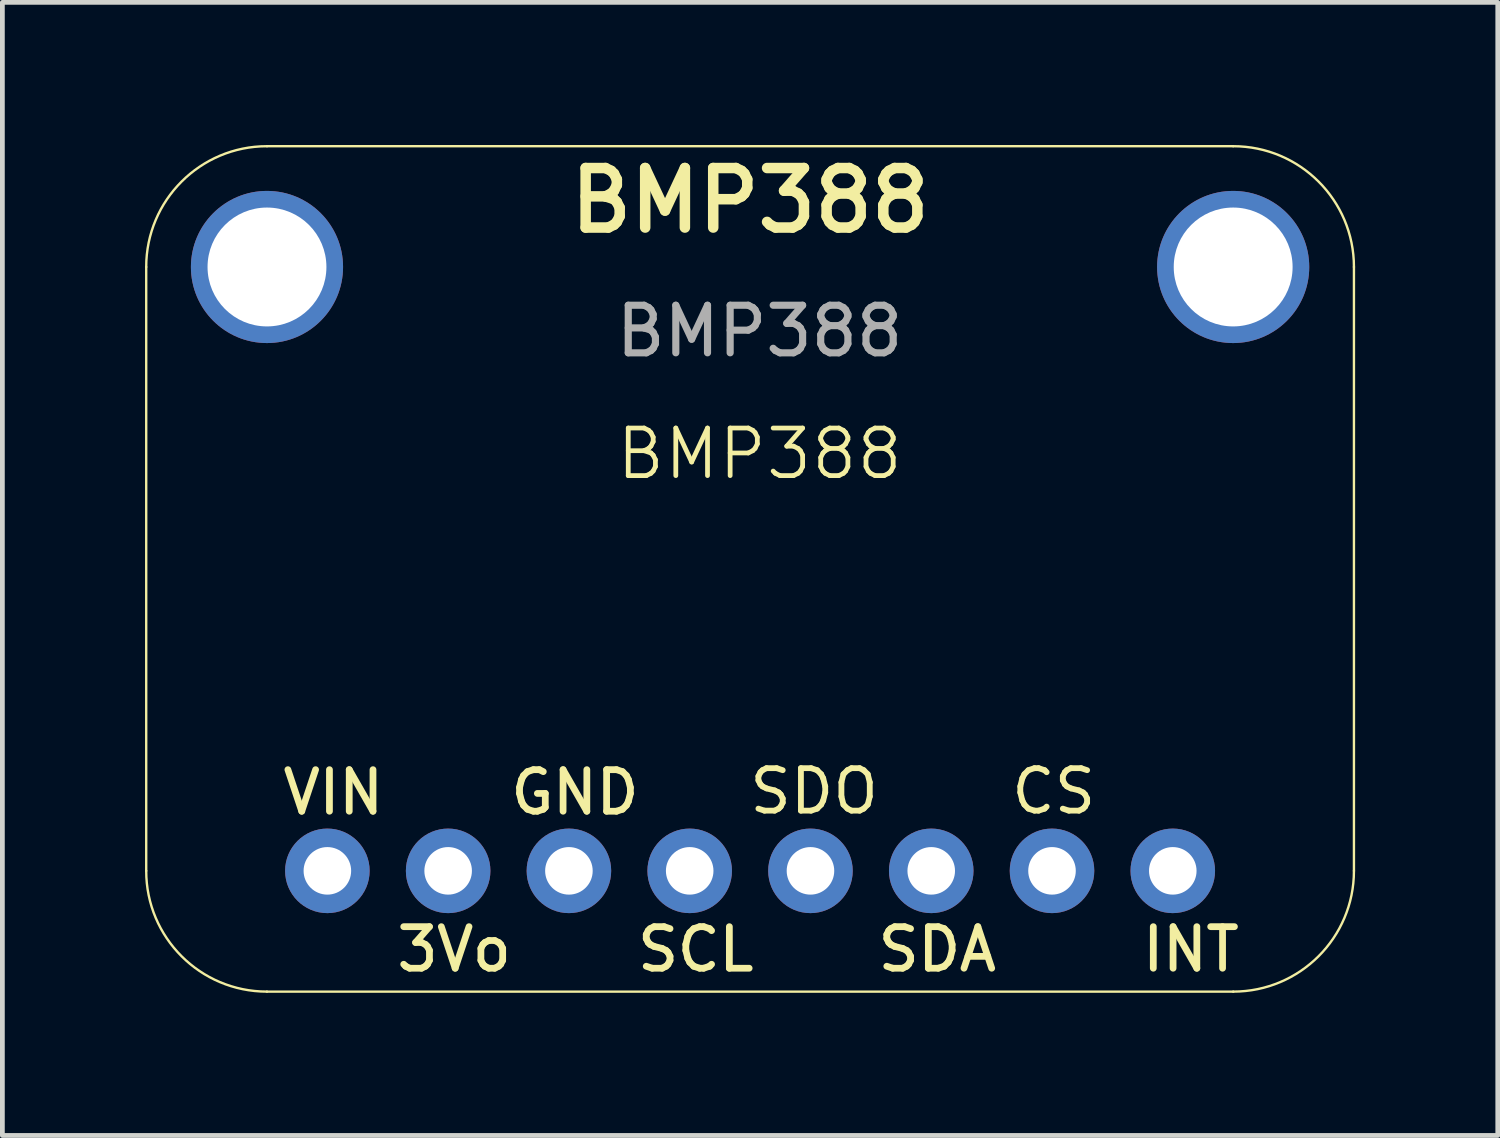
<source format=kicad_pcb>
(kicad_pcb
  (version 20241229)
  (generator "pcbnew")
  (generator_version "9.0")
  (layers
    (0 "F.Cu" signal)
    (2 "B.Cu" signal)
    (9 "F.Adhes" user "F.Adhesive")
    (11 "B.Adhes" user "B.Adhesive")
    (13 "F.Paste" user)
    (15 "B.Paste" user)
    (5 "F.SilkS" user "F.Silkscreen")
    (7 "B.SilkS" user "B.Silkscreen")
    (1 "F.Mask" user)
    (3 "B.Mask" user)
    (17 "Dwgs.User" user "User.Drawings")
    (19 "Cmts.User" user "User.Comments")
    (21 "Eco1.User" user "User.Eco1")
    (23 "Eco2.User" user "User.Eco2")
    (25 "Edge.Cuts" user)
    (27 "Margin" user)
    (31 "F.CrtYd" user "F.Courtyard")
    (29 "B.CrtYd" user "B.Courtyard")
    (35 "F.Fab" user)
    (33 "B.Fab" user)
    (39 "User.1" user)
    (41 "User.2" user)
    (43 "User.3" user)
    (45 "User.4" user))
  (footprint "BMP388"
    (layer "F.Cu")
    (at 12.925 1.415)
    (property "Reference" "BMP388" (at 0 5.08 0) (unlocked yes) (layer "F.SilkS") (effects (font (size 1 1) (thickness 0.1))))
    (attr through_hole)
    (fp_line (start -12.9 1.15) (end -12.9 13.85) (stroke (width 0.05) (type solid)) (layer "F.SilkS"))
    (fp_line (start -10.36 16.39) (end 9.96 16.39) (stroke (width 0.05) (type solid)) (layer "F.SilkS"))
    (fp_line (start 9.96 -1.39) (end -10.36 -1.39) (stroke (width 0.05) (type solid)) (layer "F.SilkS"))
    (fp_line (start 12.5 13.85) (end 12.5 1.15) (stroke (width 0.05) (type solid)) (layer "F.SilkS"))
    (fp_arc (start -12.9 1.15) (mid -12.156051 -0.646051) (end -10.36 -1.39) (stroke (width 0.05) (type solid)) (layer "F.SilkS"))
    (fp_arc (start -10.36 16.39) (mid -12.156051 15.646051) (end -12.9 13.85) (stroke (width 0.05) (type solid)) (layer "F.SilkS"))
    (fp_arc (start 9.96 -1.39) (mid 11.75605 -0.646051) (end 12.5 1.15) (stroke (width 0.05) (type solid)) (layer "F.SilkS"))
    (fp_arc (start 12.5 13.85) (mid 11.756051 15.646051) (end 9.96 16.39) (stroke (width 0.05) (type solid)) (layer "F.SilkS"))
    (fp_text user "BMP388" (at -0.2 -0.247 0) (unlocked yes) (layer "F.SilkS") (effects (font (size 1.252 1.252) (thickness 0.221))))
    (fp_text user "3Vo" (at -6.423 15.501 0) (unlocked yes) (layer "F.SilkS") (effects (font (size 0.874 0.874) (thickness 0.142))))
    (fp_text user "INT" (at 9.071 15.501 0) (unlocked yes) (layer "F.SilkS") (effects (font (size 0.874 0.874) (thickness 0.142))))
    (fp_text user "SDA" (at 3.737 15.501 0) (unlocked yes) (layer "F.SilkS") (effects (font (size 0.874 0.874) (thickness 0.142))))
    (fp_text user "GND" (at -3.883 12.199 0) (unlocked yes) (layer "F.SilkS") (effects (font (size 0.874 0.874) (thickness 0.142))))
    (fp_text user "CS" (at 5.233 12.7 0) (unlocked yes) (layer "F.SilkS") (effects (font (size 0.894 0.894) (thickness 0.122)) (justify left bottom)))
    (fp_text user "SCL" (at -1.343 15.501 0) (unlocked yes) (layer "F.SilkS") (effects (font (size 0.874 0.874) (thickness 0.142))))
    (fp_text user "SDO" (at -0.275 12.7 0) (unlocked yes) (layer "F.SilkS") (effects (font (size 0.894 0.894) (thickness 0.122)) (justify left bottom)))
    (fp_text user "VIN" (at -8.963 12.199 0) (unlocked yes) (layer "F.SilkS") (effects (font (size 0.874 0.874) (thickness 0.142))))
    (fp_text user "${REFERENCE}" (at 0 2.5 0) (unlocked yes) (layer "F.Fab") (effects (font (size 1 1) (thickness 0.15))))
    (pad "1" thru_hole circle (at -9.09 13.85 90) (size 1.778 1.778) (drill 1) (layers "*.Cu" "*.Mask"))
    (pad "2" thru_hole circle (at -6.55 13.85 90) (size 1.778 1.778) (drill 1) (layers "*.Cu" "*.Mask"))
    (pad "3" thru_hole circle (at -4.01 13.85 90) (size 1.778 1.778) (drill 1) (layers "*.Cu" "*.Mask"))
    (pad "4" thru_hole circle (at -1.47 13.85 90) (size 1.778 1.778) (drill 1) (layers "*.Cu" "*.Mask"))
    (pad "5" thru_hole circle (at 1.07 13.85 90) (size 1.778 1.778) (drill 1) (layers "*.Cu" "*.Mask"))
    (pad "6" thru_hole circle (at 3.61 13.85 90) (size 1.778 1.778) (drill 1) (layers "*.Cu" "*.Mask"))
    (pad "7" thru_hole circle (at 6.15 13.85 90) (size 1.778 1.778) (drill 1) (layers "*.Cu" "*.Mask"))
    (pad "8" thru_hole circle (at 8.69 13.85 90) (size 1.778 1.778) (drill 1) (layers "*.Cu" "*.Mask"))
    (pad "P$1" thru_hole circle (at -10.36 1.15) (size 3.2 3.2) (drill 2.5) (layers "*.Cu" "*.Mask"))
    (pad "P$1" thru_hole circle (at 9.96 1.15) (size 3.2 3.2) (drill 2.5) (layers "*.Cu" "*.Mask")))
  (gr_rect
    (start -3 -3)
    (end 28.45 20.83)
    (stroke (width 0.1) (type default))
    (fill no)
    (layer "Edge.Cuts")))
</source>
